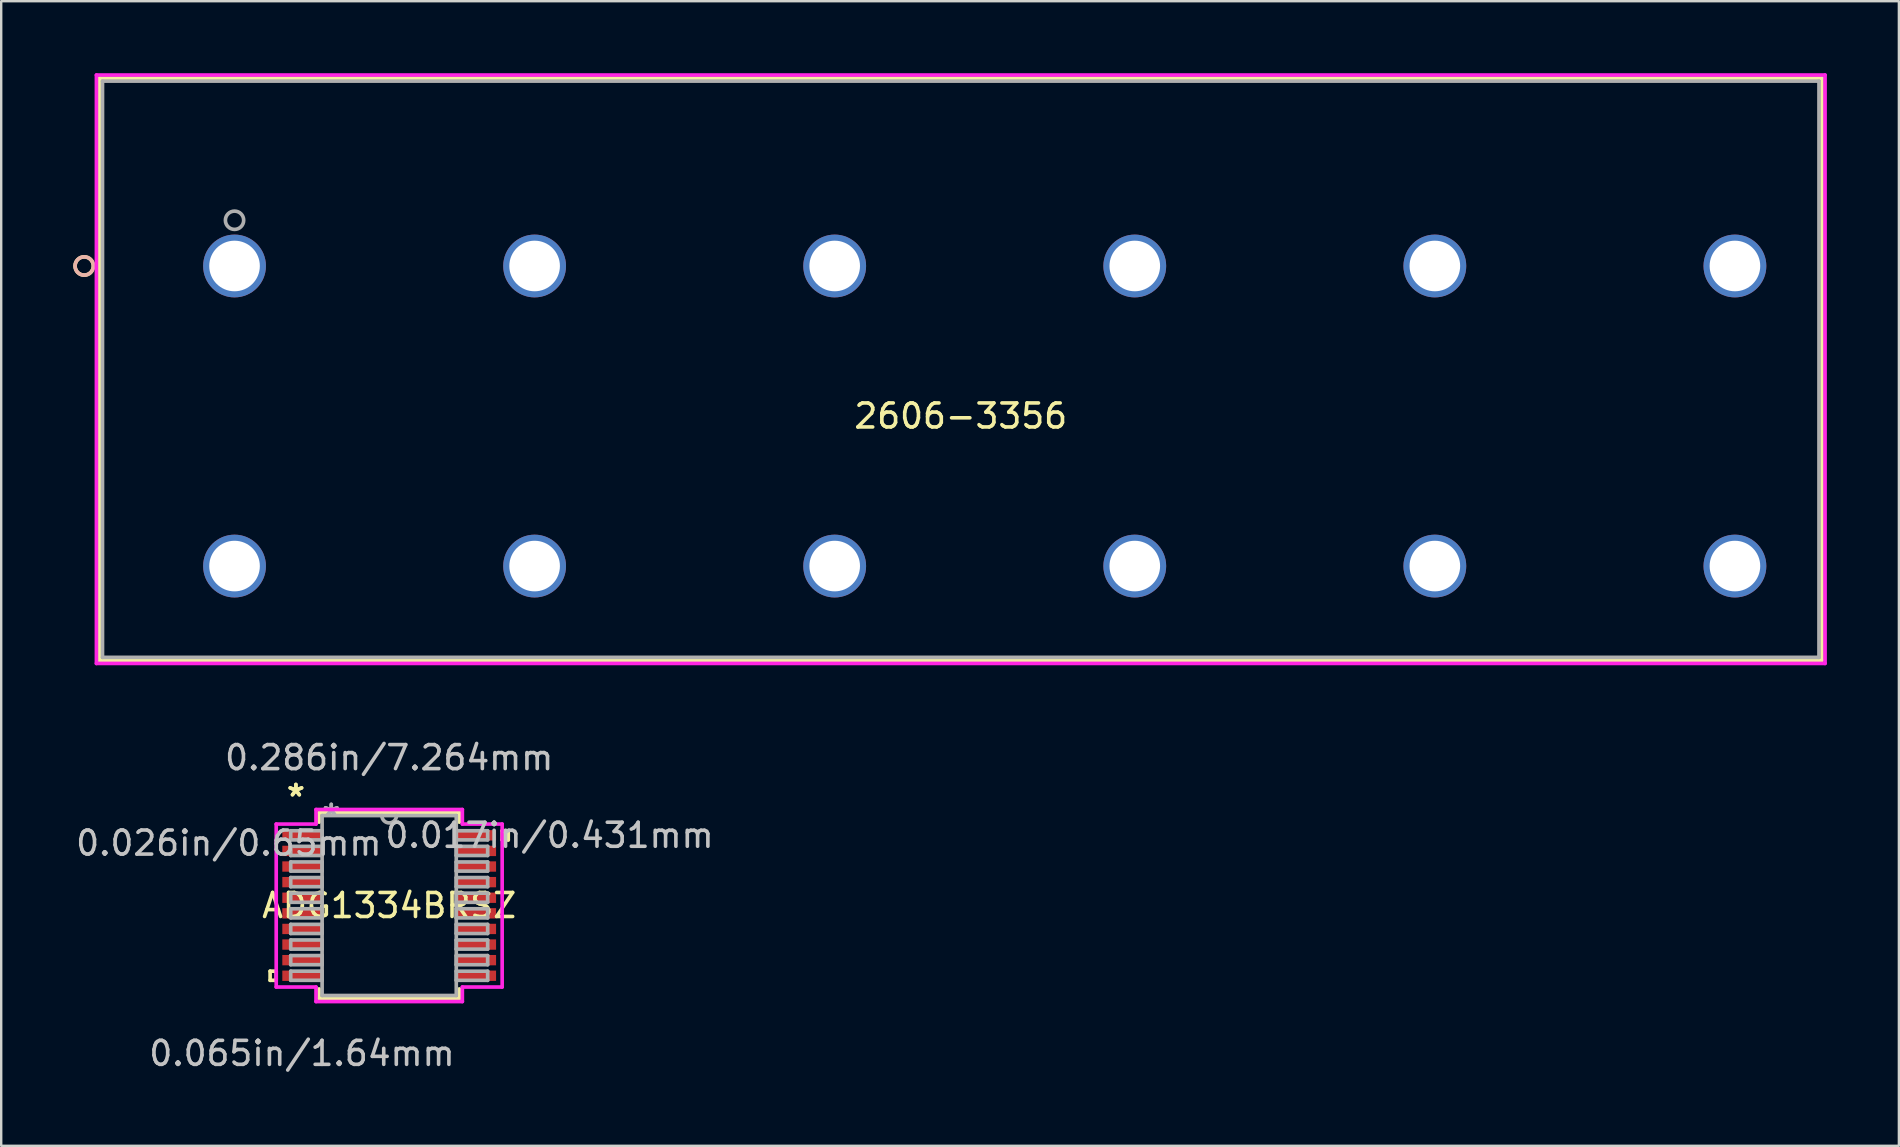
<source format=kicad_pcb>
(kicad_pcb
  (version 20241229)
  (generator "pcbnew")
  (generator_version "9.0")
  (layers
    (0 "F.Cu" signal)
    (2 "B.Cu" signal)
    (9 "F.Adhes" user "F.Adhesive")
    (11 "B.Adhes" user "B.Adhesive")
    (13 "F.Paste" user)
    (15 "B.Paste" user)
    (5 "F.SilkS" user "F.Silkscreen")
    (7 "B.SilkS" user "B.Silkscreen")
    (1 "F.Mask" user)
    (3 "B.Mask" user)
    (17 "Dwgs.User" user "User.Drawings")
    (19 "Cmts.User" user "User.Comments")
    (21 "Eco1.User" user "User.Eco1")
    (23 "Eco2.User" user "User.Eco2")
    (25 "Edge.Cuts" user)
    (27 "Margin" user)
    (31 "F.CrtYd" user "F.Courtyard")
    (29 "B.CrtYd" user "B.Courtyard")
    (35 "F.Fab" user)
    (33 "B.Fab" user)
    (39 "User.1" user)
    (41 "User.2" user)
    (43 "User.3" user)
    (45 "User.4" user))
  (footprint "ADG1334BRSZ"
    (layer "F.Cu")
    (at 13.162 34.671)
    (property "Reference" "ADG1334BRSZ" (at 0 0 0) (layer "F.SilkS") (effects (font (size 1 1) (thickness 0.15))))
    (attr through_hole)
    (fp_line (start -4.96 2.734) (end -4.96 3.115) (stroke (width 0.152) (type solid)) (layer "F.SilkS"))
    (fp_line (start -4.96 3.115) (end -4.706 3.115) (stroke (width 0.152) (type solid)) (layer "F.SilkS"))
    (fp_line (start -4.706 2.734) (end -4.96 2.734) (stroke (width 0.152) (type solid)) (layer "F.SilkS"))
    (fp_line (start -4.706 3.115) (end -4.706 2.734) (stroke (width 0.152) (type solid)) (layer "F.SilkS"))
    (fp_line (start -2.921 -3.873) (end -2.921 -3.473) (stroke (width 0.152) (type solid)) (layer "F.SilkS"))
    (fp_line (start -2.921 3.473) (end -2.921 3.873) (stroke (width 0.152) (type solid)) (layer "F.SilkS"))
    (fp_line (start -2.921 3.873) (end 2.921 3.873) (stroke (width 0.152) (type solid)) (layer "F.SilkS"))
    (fp_line (start 2.921 -3.873) (end -2.921 -3.873) (stroke (width 0.152) (type solid)) (layer "F.SilkS"))
    (fp_line (start 2.921 -3.473) (end 2.921 -3.873) (stroke (width 0.152) (type solid)) (layer "F.SilkS"))
    (fp_line (start 2.921 3.873) (end 2.921 3.473) (stroke (width 0.152) (type solid)) (layer "F.SilkS"))
    (fp_line (start 4.706 -3.115) (end 4.96 -3.115) (stroke (width 0.152) (type solid)) (layer "F.SilkS"))
    (fp_line (start 4.706 -2.734) (end 4.706 -3.115) (stroke (width 0.152) (type solid)) (layer "F.SilkS"))
    (fp_line (start 4.96 -3.115) (end 4.96 -2.734) (stroke (width 0.152) (type solid)) (layer "F.SilkS"))
    (fp_line (start 4.96 -2.734) (end 4.706 -2.734) (stroke (width 0.152) (type solid)) (layer "F.SilkS"))
    (fp_line (start -4.706 -3.394) (end -3.048 -3.394) (stroke (width 0.152) (type solid)) (layer "F.CrtYd"))
    (fp_line (start -4.706 3.394) (end -4.706 -3.394) (stroke (width 0.152) (type solid)) (layer "F.CrtYd"))
    (fp_line (start -3.048 -4) (end 3.048 -4) (stroke (width 0.152) (type solid)) (layer "F.CrtYd"))
    (fp_line (start -3.048 -3.394) (end -3.048 -4) (stroke (width 0.152) (type solid)) (layer "F.CrtYd"))
    (fp_line (start -3.048 3.394) (end -4.706 3.394) (stroke (width 0.152) (type solid)) (layer "F.CrtYd"))
    (fp_line (start -3.048 4) (end -3.048 3.394) (stroke (width 0.152) (type solid)) (layer "F.CrtYd"))
    (fp_line (start 3.048 -4) (end 3.048 -3.394) (stroke (width 0.152) (type solid)) (layer "F.CrtYd"))
    (fp_line (start 3.048 -3.394) (end 4.706 -3.394) (stroke (width 0.152) (type solid)) (layer "F.CrtYd"))
    (fp_line (start 3.048 3.394) (end 3.048 4) (stroke (width 0.152) (type solid)) (layer "F.CrtYd"))
    (fp_line (start 3.048 4) (end -3.048 4) (stroke (width 0.152) (type solid)) (layer "F.CrtYd"))
    (fp_line (start 4.706 -3.394) (end 4.706 3.394) (stroke (width 0.152) (type solid)) (layer "F.CrtYd"))
    (fp_line (start 4.706 3.394) (end 3.048 3.394) (stroke (width 0.152) (type solid)) (layer "F.CrtYd"))
    (fp_line (start -4.102 -3.116) (end -4.102 -2.735) (stroke (width 0.152) (type solid)) (layer "F.Fab"))
    (fp_line (start -4.102 -2.735) (end -2.794 -2.735) (stroke (width 0.152) (type solid)) (layer "F.Fab"))
    (fp_line (start -4.102 -2.466) (end -4.102 -2.084) (stroke (width 0.152) (type solid)) (layer "F.Fab"))
    (fp_line (start -4.102 -2.084) (end -2.794 -2.084) (stroke (width 0.152) (type solid)) (layer "F.Fab"))
    (fp_line (start -4.102 -1.816) (end -4.102 -1.435) (stroke (width 0.152) (type solid)) (layer "F.Fab"))
    (fp_line (start -4.102 -1.435) (end -2.794 -1.435) (stroke (width 0.152) (type solid)) (layer "F.Fab"))
    (fp_line (start -4.102 -1.166) (end -4.102 -0.785) (stroke (width 0.152) (type solid)) (layer "F.Fab"))
    (fp_line (start -4.102 -0.785) (end -2.794 -0.785) (stroke (width 0.152) (type solid)) (layer "F.Fab"))
    (fp_line (start -4.102 -0.516) (end -4.102 -0.135) (stroke (width 0.152) (type solid)) (layer "F.Fab"))
    (fp_line (start -4.102 -0.135) (end -2.794 -0.135) (stroke (width 0.152) (type solid)) (layer "F.Fab"))
    (fp_line (start -4.102 0.134) (end -4.102 0.515) (stroke (width 0.152) (type solid)) (layer "F.Fab"))
    (fp_line (start -4.102 0.515) (end -2.794 0.515) (stroke (width 0.152) (type solid)) (layer "F.Fab"))
    (fp_line (start -4.102 0.784) (end -4.102 1.165) (stroke (width 0.152) (type solid)) (layer "F.Fab"))
    (fp_line (start -4.102 1.165) (end -2.794 1.165) (stroke (width 0.152) (type solid)) (layer "F.Fab"))
    (fp_line (start -4.102 1.434) (end -4.102 1.815) (stroke (width 0.152) (type solid)) (layer "F.Fab"))
    (fp_line (start -4.102 1.815) (end -2.794 1.815) (stroke (width 0.152) (type solid)) (layer "F.Fab"))
    (fp_line (start -4.102 2.084) (end -4.102 2.465) (stroke (width 0.152) (type solid)) (layer "F.Fab"))
    (fp_line (start -4.102 2.465) (end -2.794 2.465) (stroke (width 0.152) (type solid)) (layer "F.Fab"))
    (fp_line (start -4.102 2.734) (end -4.102 3.115) (stroke (width 0.152) (type solid)) (layer "F.Fab"))
    (fp_line (start -4.102 3.115) (end -2.794 3.115) (stroke (width 0.152) (type solid)) (layer "F.Fab"))
    (fp_line (start -2.794 -3.747) (end -2.794 3.747) (stroke (width 0.152) (type solid)) (layer "F.Fab"))
    (fp_line (start -2.794 -3.116) (end -4.102 -3.116) (stroke (width 0.152) (type solid)) (layer "F.Fab"))
    (fp_line (start -2.794 -2.735) (end -2.794 -3.116) (stroke (width 0.152) (type solid)) (layer "F.Fab"))
    (fp_line (start -2.794 -2.466) (end -4.102 -2.466) (stroke (width 0.152) (type solid)) (layer "F.Fab"))
    (fp_line (start -2.794 -2.084) (end -2.794 -2.466) (stroke (width 0.152) (type solid)) (layer "F.Fab"))
    (fp_line (start -2.794 -1.816) (end -4.102 -1.816) (stroke (width 0.152) (type solid)) (layer "F.Fab"))
    (fp_line (start -2.794 -1.435) (end -2.794 -1.816) (stroke (width 0.152) (type solid)) (layer "F.Fab"))
    (fp_line (start -2.794 -1.166) (end -4.102 -1.166) (stroke (width 0.152) (type solid)) (layer "F.Fab"))
    (fp_line (start -2.794 -0.785) (end -2.794 -1.166) (stroke (width 0.152) (type solid)) (layer "F.Fab"))
    (fp_line (start -2.794 -0.516) (end -4.102 -0.516) (stroke (width 0.152) (type solid)) (layer "F.Fab"))
    (fp_line (start -2.794 -0.135) (end -2.794 -0.516) (stroke (width 0.152) (type solid)) (layer "F.Fab"))
    (fp_line (start -2.794 0.134) (end -4.102 0.134) (stroke (width 0.152) (type solid)) (layer "F.Fab"))
    (fp_line (start -2.794 0.515) (end -2.794 0.134) (stroke (width 0.152) (type solid)) (layer "F.Fab"))
    (fp_line (start -2.794 0.784) (end -4.102 0.784) (stroke (width 0.152) (type solid)) (layer "F.Fab"))
    (fp_line (start -2.794 1.165) (end -2.794 0.784) (stroke (width 0.152) (type solid)) (layer "F.Fab"))
    (fp_line (start -2.794 1.434) (end -4.102 1.434) (stroke (width 0.152) (type solid)) (layer "F.Fab"))
    (fp_line (start -2.794 1.815) (end -2.794 1.434) (stroke (width 0.152) (type solid)) (layer "F.Fab"))
    (fp_line (start -2.794 2.084) (end -4.102 2.084) (stroke (width 0.152) (type solid)) (layer "F.Fab"))
    (fp_line (start -2.794 2.465) (end -2.794 2.084) (stroke (width 0.152) (type solid)) (layer "F.Fab"))
    (fp_line (start -2.794 2.734) (end -4.102 2.734) (stroke (width 0.152) (type solid)) (layer "F.Fab"))
    (fp_line (start -2.794 3.115) (end -2.794 2.734) (stroke (width 0.152) (type solid)) (layer "F.Fab"))
    (fp_line (start -2.794 3.747) (end 2.794 3.747) (stroke (width 0.152) (type solid)) (layer "F.Fab"))
    (fp_line (start 2.794 -3.747) (end -2.794 -3.747) (stroke (width 0.152) (type solid)) (layer "F.Fab"))
    (fp_line (start 2.794 -3.115) (end 2.794 -2.734) (stroke (width 0.152) (type solid)) (layer "F.Fab"))
    (fp_line (start 2.794 -2.734) (end 4.102 -2.734) (stroke (width 0.152) (type solid)) (layer "F.Fab"))
    (fp_line (start 2.794 -2.465) (end 2.794 -2.084) (stroke (width 0.152) (type solid)) (layer "F.Fab"))
    (fp_line (start 2.794 -2.084) (end 4.102 -2.084) (stroke (width 0.152) (type solid)) (layer "F.Fab"))
    (fp_line (start 2.794 -1.815) (end 2.794 -1.434) (stroke (width 0.152) (type solid)) (layer "F.Fab"))
    (fp_line (start 2.794 -1.434) (end 4.102 -1.434) (stroke (width 0.152) (type solid)) (layer "F.Fab"))
    (fp_line (start 2.794 -1.165) (end 2.794 -0.784) (stroke (width 0.152) (type solid)) (layer "F.Fab"))
    (fp_line (start 2.794 -0.784) (end 4.102 -0.784) (stroke (width 0.152) (type solid)) (layer "F.Fab"))
    (fp_line (start 2.794 -0.515) (end 2.794 -0.134) (stroke (width 0.152) (type solid)) (layer "F.Fab"))
    (fp_line (start 2.794 -0.134) (end 4.102 -0.134) (stroke (width 0.152) (type solid)) (layer "F.Fab"))
    (fp_line (start 2.794 0.135) (end 2.794 0.516) (stroke (width 0.152) (type solid)) (layer "F.Fab"))
    (fp_line (start 2.794 0.516) (end 4.102 0.516) (stroke (width 0.152) (type solid)) (layer "F.Fab"))
    (fp_line (start 2.794 0.785) (end 2.794 1.166) (stroke (width 0.152) (type solid)) (layer "F.Fab"))
    (fp_line (start 2.794 1.166) (end 4.102 1.166) (stroke (width 0.152) (type solid)) (layer "F.Fab"))
    (fp_line (start 2.794 1.435) (end 2.794 1.816) (stroke (width 0.152) (type solid)) (layer "F.Fab"))
    (fp_line (start 2.794 1.816) (end 4.102 1.816) (stroke (width 0.152) (type solid)) (layer "F.Fab"))
    (fp_line (start 2.794 2.085) (end 2.794 2.466) (stroke (width 0.152) (type solid)) (layer "F.Fab"))
    (fp_line (start 2.794 2.466) (end 4.102 2.466) (stroke (width 0.152) (type solid)) (layer "F.Fab"))
    (fp_line (start 2.794 2.735) (end 2.794 3.116) (stroke (width 0.152) (type solid)) (layer "F.Fab"))
    (fp_line (start 2.794 3.116) (end 4.102 3.116) (stroke (width 0.152) (type solid)) (layer "F.Fab"))
    (fp_line (start 2.794 3.747) (end 2.794 -3.747) (stroke (width 0.152) (type solid)) (layer "F.Fab"))
    (fp_line (start 4.102 -3.115) (end 2.794 -3.115) (stroke (width 0.152) (type solid)) (layer "F.Fab"))
    (fp_line (start 4.102 -2.734) (end 4.102 -3.115) (stroke (width 0.152) (type solid)) (layer "F.Fab"))
    (fp_line (start 4.102 -2.465) (end 2.794 -2.465) (stroke (width 0.152) (type solid)) (layer "F.Fab"))
    (fp_line (start 4.102 -2.084) (end 4.102 -2.465) (stroke (width 0.152) (type solid)) (layer "F.Fab"))
    (fp_line (start 4.102 -1.815) (end 2.794 -1.815) (stroke (width 0.152) (type solid)) (layer "F.Fab"))
    (fp_line (start 4.102 -1.434) (end 4.102 -1.815) (stroke (width 0.152) (type solid)) (layer "F.Fab"))
    (fp_line (start 4.102 -1.165) (end 2.794 -1.165) (stroke (width 0.152) (type solid)) (layer "F.Fab"))
    (fp_line (start 4.102 -0.784) (end 4.102 -1.165) (stroke (width 0.152) (type solid)) (layer "F.Fab"))
    (fp_line (start 4.102 -0.515) (end 2.794 -0.515) (stroke (width 0.152) (type solid)) (layer "F.Fab"))
    (fp_line (start 4.102 -0.134) (end 4.102 -0.515) (stroke (width 0.152) (type solid)) (layer "F.Fab"))
    (fp_line (start 4.102 0.135) (end 2.794 0.135) (stroke (width 0.152) (type solid)) (layer "F.Fab"))
    (fp_line (start 4.102 0.516) (end 4.102 0.135) (stroke (width 0.152) (type solid)) (layer "F.Fab"))
    (fp_line (start 4.102 0.785) (end 2.794 0.785) (stroke (width 0.152) (type solid)) (layer "F.Fab"))
    (fp_line (start 4.102 1.166) (end 4.102 0.785) (stroke (width 0.152) (type solid)) (layer "F.Fab"))
    (fp_line (start 4.102 1.435) (end 2.794 1.435) (stroke (width 0.152) (type solid)) (layer "F.Fab"))
    (fp_line (start 4.102 1.816) (end 4.102 1.435) (stroke (width 0.152) (type solid)) (layer "F.Fab"))
    (fp_line (start 4.102 2.085) (end 2.794 2.085) (stroke (width 0.152) (type solid)) (layer "F.Fab"))
    (fp_line (start 4.102 2.466) (end 4.102 2.085) (stroke (width 0.152) (type solid)) (layer "F.Fab"))
    (fp_line (start 4.102 2.735) (end 2.794 2.735) (stroke (width 0.152) (type solid)) (layer "F.Fab"))
    (fp_line (start 4.102 3.116) (end 4.102 2.735) (stroke (width 0.152) (type solid)) (layer "F.Fab"))
    (fp_arc (start 0.3048 -3.7465) (mid 0 -3.4417) (end -0.3048 -3.7465) (stroke (width 0.1524) (type solid)) (layer "F.Fab"))
    (fp_text user "*" (at -3.886 -4.499 0) (layer "F.SilkS") (effects (font (size 1 1) (thickness 0.15))))
    (fp_text user "*" (at -3.886 -4.499 0) (layer "F.SilkS") (effects (font (size 1 1) (thickness 0.15))))
    (fp_text user "0.065in/1.64mm" (at -3.632 6.16 0) (layer "Dwgs.User") (effects (font (size 1 1) (thickness 0.15))))
    (fp_text user "0.026in/0.65mm" (at -6.68 -2.6 0) (layer "Dwgs.User") (effects (font (size 1 1) (thickness 0.15))))
    (fp_text user "0.286in/7.264mm" (at 0 -6.16 0) (layer "Dwgs.User") (effects (font (size 1 1) (thickness 0.15))))
    (fp_text user "0.017in/0.431mm" (at 6.68 -2.925 0) (layer "Dwgs.User") (effects (font (size 1 1) (thickness 0.15))))
    (fp_text user "Copyright 2016 Accelerated Designs. All rights reserved." (at 0 0 0) (layer "Cmts.User") (effects (font (size 0.127 0.127) (thickness 0.002))))
    (fp_text user "*" (at -2.413 -3.67 0) (layer "F.Fab") (effects (font (size 1 1) (thickness 0.15))))
    (fp_text user "*" (at -2.413 -3.67 0) (layer "F.Fab") (effects (font (size 1 1) (thickness 0.15))))
    (pad "1" smd rect (at -3.632 -2.925) (size 1.64 0.431) (layers "F.Cu" "F.Mask" "F.Paste"))
    (pad "2" smd rect (at -3.632 -2.275) (size 1.64 0.431) (layers "F.Cu" "F.Mask" "F.Paste"))
    (pad "3" smd rect (at -3.632 -1.625) (size 1.64 0.431) (layers "F.Cu" "F.Mask" "F.Paste"))
    (pad "4" smd rect (at -3.632 -0.975) (size 1.64 0.431) (layers "F.Cu" "F.Mask" "F.Paste"))
    (pad "5" smd rect (at -3.632 -0.325) (size 1.64 0.431) (layers "F.Cu" "F.Mask" "F.Paste"))
    (pad "6" smd rect (at -3.632 0.325) (size 1.64 0.431) (layers "F.Cu" "F.Mask" "F.Paste"))
    (pad "7" smd rect (at -3.632 0.975) (size 1.64 0.431) (layers "F.Cu" "F.Mask" "F.Paste"))
    (pad "8" smd rect (at -3.632 1.625) (size 1.64 0.431) (layers "F.Cu" "F.Mask" "F.Paste"))
    (pad "9" smd rect (at -3.632 2.275) (size 1.64 0.431) (layers "F.Cu" "F.Mask" "F.Paste"))
    (pad "10" smd rect (at -3.632 2.925) (size 1.64 0.431) (layers "F.Cu" "F.Mask" "F.Paste"))
    (pad "11" smd rect (at 3.632 2.925) (size 1.64 0.431) (layers "F.Cu" "F.Mask" "F.Paste"))
    (pad "12" smd rect (at 3.632 2.275) (size 1.64 0.431) (layers "F.Cu" "F.Mask" "F.Paste"))
    (pad "13" smd rect (at 3.632 1.625) (size 1.64 0.431) (layers "F.Cu" "F.Mask" "F.Paste"))
    (pad "14" smd rect (at 3.632 0.975) (size 1.64 0.431) (layers "F.Cu" "F.Mask" "F.Paste"))
    (pad "15" smd rect (at 3.632 0.325) (size 1.64 0.431) (layers "F.Cu" "F.Mask" "F.Paste"))
    (pad "16" smd rect (at 3.632 -0.325) (size 1.64 0.431) (layers "F.Cu" "F.Mask" "F.Paste"))
    (pad "17" smd rect (at 3.632 -0.975) (size 1.64 0.431) (layers "F.Cu" "F.Mask" "F.Paste"))
    (pad "18" smd rect (at 3.632 -1.625) (size 1.64 0.431) (layers "F.Cu" "F.Mask" "F.Paste"))
    (pad "19" smd rect (at 3.632 -2.275) (size 1.64 0.431) (layers "F.Cu" "F.Mask" "F.Paste"))
    (pad "20" smd rect (at 3.632 -2.925) (size 1.64 0.431) (layers "F.Cu" "F.Mask" "F.Paste")))
  (footprint "2606-3356"
    (layer "F.Cu")
    (at 6.72 8.03)
    (property "Reference" "2606-3356" (at 30.25 6.25 0) (layer "F.SilkS") (effects (font (size 1 1) (thickness 0.15))))
    (attr through_hole)
    (fp_line (start -5.627 -7.827) (end -5.627 16.43) (stroke (width 0.152) (type solid)) (layer "F.SilkS"))
    (fp_line (start -5.627 16.43) (end 66.128 16.43) (stroke (width 0.152) (type solid)) (layer "F.SilkS"))
    (fp_line (start 66.128 -7.827) (end -5.627 -7.827) (stroke (width 0.152) (type solid)) (layer "F.SilkS"))
    (fp_line (start 66.128 16.43) (end 66.128 -7.827) (stroke (width 0.152) (type solid)) (layer "F.SilkS"))
    (fp_circle (center -6.262 0) (end -5.881 0) (stroke (width 0.152) (type solid)) (fill no) (layer "F.SilkS"))
    (fp_circle (center -6.262 0) (end -5.881 0) (stroke (width 0.152) (type solid)) (fill no) (layer "B.SilkS"))
    (fp_line (start -5.754 -7.954) (end -5.754 16.557) (stroke (width 0.152) (type solid)) (layer "F.CrtYd"))
    (fp_line (start -5.754 16.557) (end 66.255 16.557) (stroke (width 0.152) (type solid)) (layer "F.CrtYd"))
    (fp_line (start 66.255 -7.954) (end -5.754 -7.954) (stroke (width 0.152) (type solid)) (layer "F.CrtYd"))
    (fp_line (start 66.255 16.557) (end 66.255 -7.954) (stroke (width 0.152) (type solid)) (layer "F.CrtYd"))
    (fp_line (start -5.5 -7.7) (end -5.5 16.303) (stroke (width 0.152) (type solid)) (layer "F.Fab"))
    (fp_line (start -5.5 16.303) (end 66.001 16.303) (stroke (width 0.152) (type solid)) (layer "F.Fab"))
    (fp_line (start 66.001 -7.7) (end -5.5 -7.7) (stroke (width 0.152) (type solid)) (layer "F.Fab"))
    (fp_line (start 66.001 16.303) (end 66.001 -7.7) (stroke (width 0.152) (type solid)) (layer "F.Fab"))
    (fp_circle (center 0 -1.905) (end 0.381 -1.905) (stroke (width 0.152) (type solid)) (fill no) (layer "F.Fab"))
    (fp_text user "*" (at 0 0 0) (layer "F.SilkS") (effects (font (size 1 1) (thickness 0.15))))
    (fp_text user "Copyright 2016 Accelerated Designs. All rights reserved." (at 0 0 0) (layer "Cmts.User") (effects (font (size 0.127 0.127) (thickness 0.002))))
    (fp_text user "*" (at 0 0 0) (layer "F.Fab") (effects (font (size 1 1) (thickness 0.15))))
    (pad "1" thru_hole circle (at -0.000001 0) (size 2.616 2.616) (drill 2.108) (layers "*.Cu" "*.Mask"))
    (pad "2" thru_hole circle (at -0.000001 12.5) (size 2.616 2.616) (drill 2.108) (layers "*.Cu" "*.Mask"))
    (pad "3" thru_hole circle (at 12.5 0) (size 2.616 2.616) (drill 2.108) (layers "*.Cu" "*.Mask"))
    (pad "4" thru_hole circle (at 12.5 12.5) (size 2.616 2.616) (drill 2.108) (layers "*.Cu" "*.Mask"))
    (pad "5" thru_hole circle (at 25 0) (size 2.616 2.616) (drill 2.108) (layers "*.Cu" "*.Mask"))
    (pad "6" thru_hole circle (at 25 12.5) (size 2.616 2.616) (drill 2.108) (layers "*.Cu" "*.Mask"))
    (pad "7" thru_hole circle (at 37.5 0) (size 2.616 2.616) (drill 2.108) (layers "*.Cu" "*.Mask"))
    (pad "8" thru_hole circle (at 37.5 12.5) (size 2.616 2.616) (drill 2.108) (layers "*.Cu" "*.Mask"))
    (pad "9" thru_hole circle (at 50 0) (size 2.616 2.616) (drill 2.108) (layers "*.Cu" "*.Mask"))
    (pad "10" thru_hole circle (at 50 12.5) (size 2.616 2.616) (drill 2.108) (layers "*.Cu" "*.Mask"))
    (pad "11" thru_hole circle (at 62.5 0) (size 2.616 2.616) (drill 2.108) (layers "*.Cu" "*.Mask"))
    (pad "12" thru_hole circle (at 62.5 12.5) (size 2.616 2.616) (drill 2.108) (layers "*.Cu" "*.Mask")))
  (gr_rect
    (start -3 -3)
    (end 76.05 44.679)
    (stroke (width 0.1) (type default))
    (fill no)
    (layer "Edge.Cuts")))
</source>
